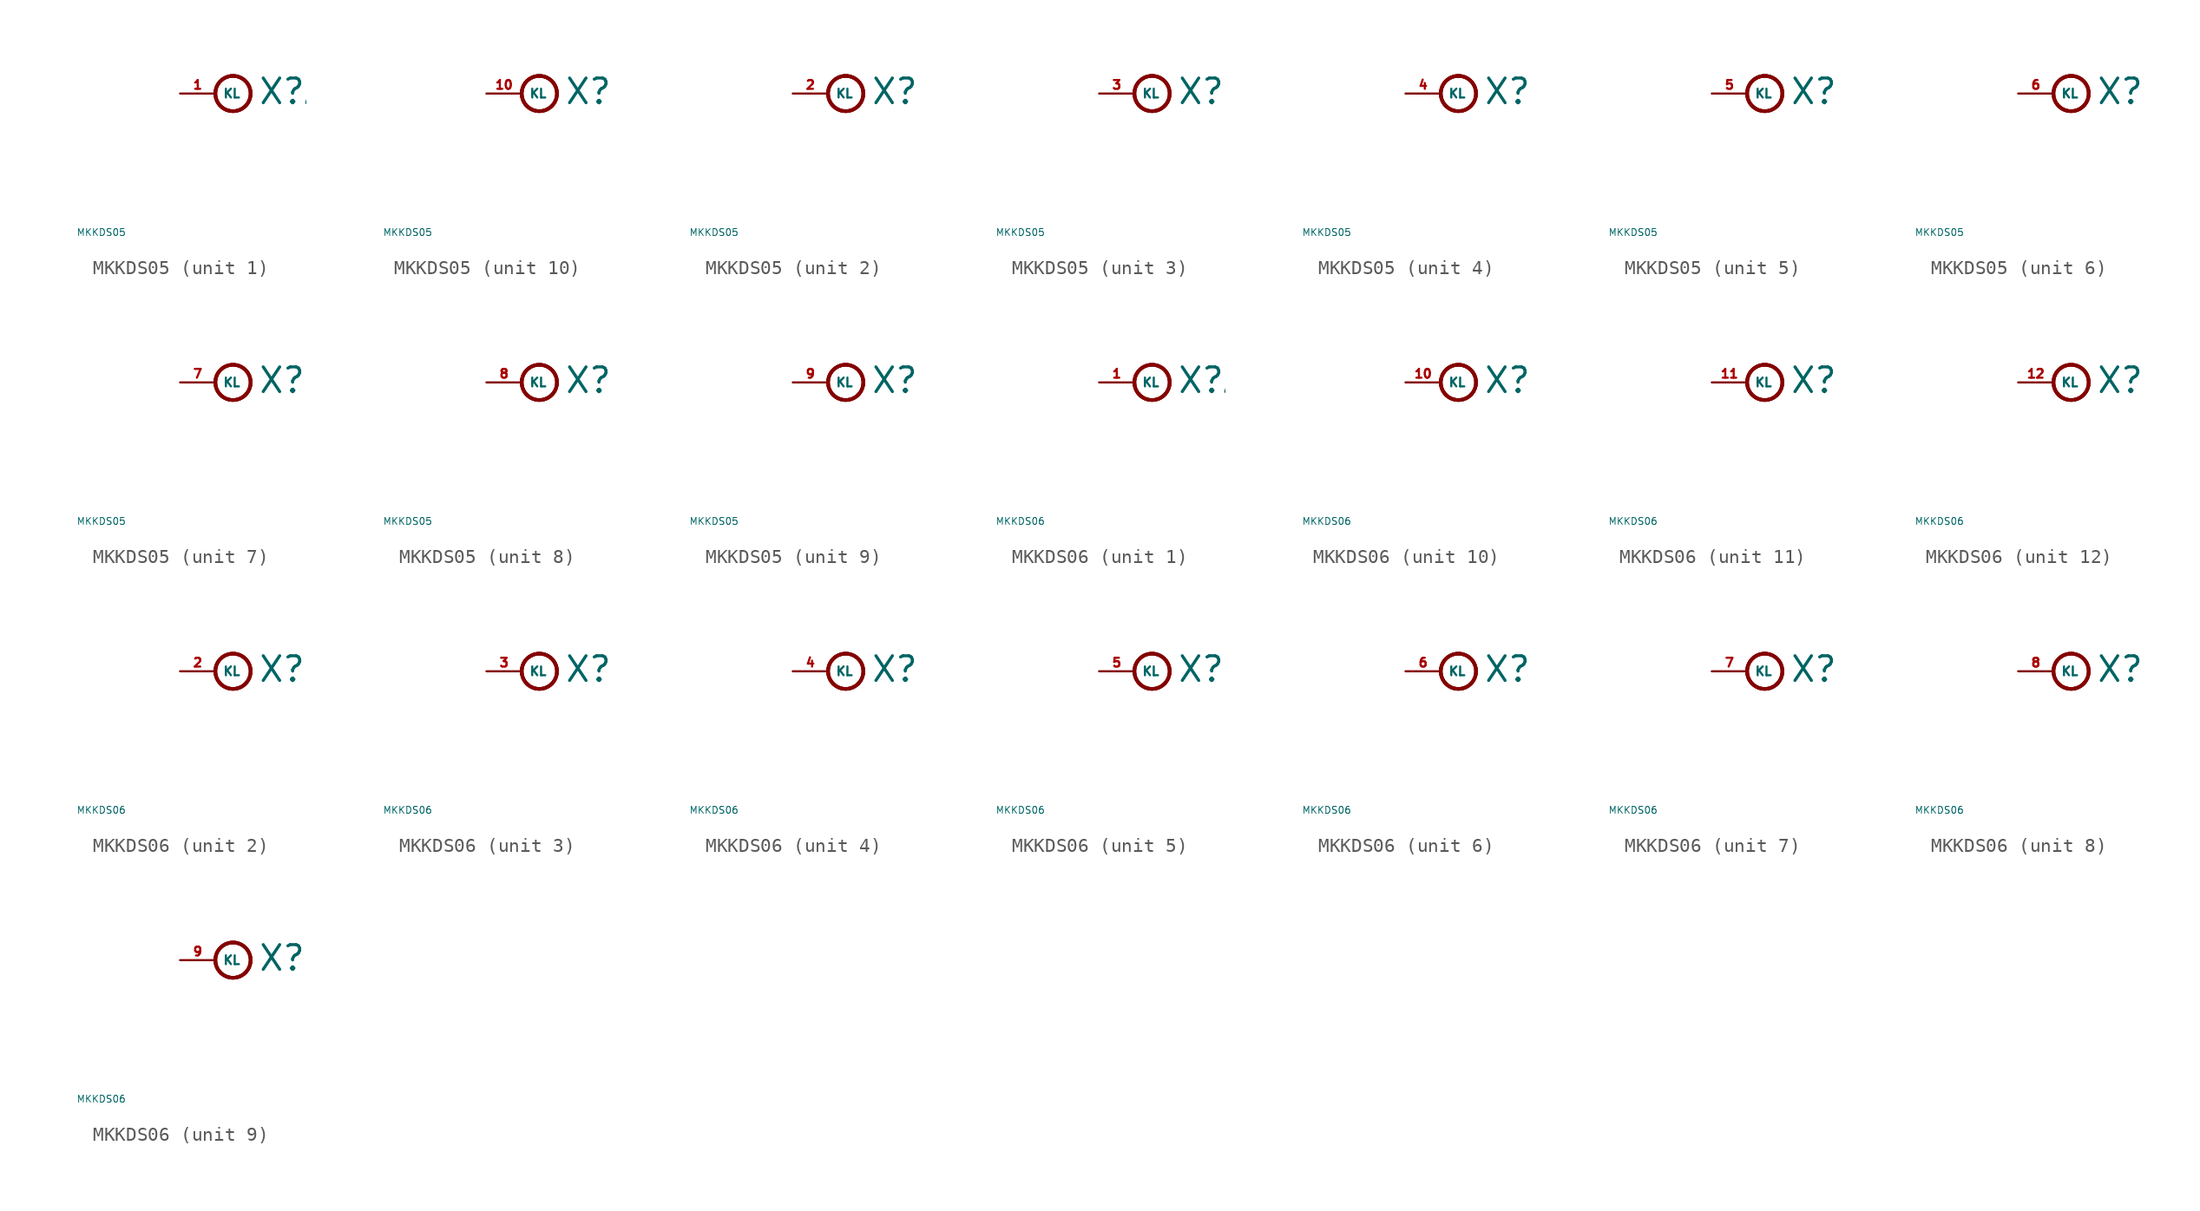
<source format=kicad_sym>
(kicad_symbol_lib
  (version 20220914)
  (generator Eagle2Kicad)
  (symbol "MKKDS05"
    (property "Reference" "X"
      (at 3.048 -0.889 0)
      (effects (font (size 1.778 1.778) (thickness 0.22)) (justify left bottom)))
    (property "Value" "MKKDS05"
      (at -10 -10 0)
      (effects (font (size 0.5 0.5) (thickness 0.06)) (justify left)))
    (symbol "MKKDS05_1_0"
      (circle (center 1.27 0) (radius 1.27) (stroke (width 0.254) (type default)) (fill (type none)))
      (circle (center 1.27 0) (radius 1.27) (stroke (width 0.254) (type default)) (fill (type none)))
      (circle (center 1.27 0) (radius 1.27) (stroke (width 0.254) (type default)) (fill (type none)))
      (pin passive line (at -2.54 0 0) (length 2.54) (name "KL" (effects (font (size 0.635 0.635) (thickness 0.08)) (justify left bottom))) (number "1" (effects (font (size 0.635 0.635) (thickness 0.08)) (justify left bottom)))))
    (symbol "MKKDS05_2_0"
      (circle (center 1.27 0) (radius 1.27) (stroke (width 0.254) (type default)) (fill (type none)))
      (circle (center 1.27 0) (radius 1.27) (stroke (width 0.254) (type default)) (fill (type none)))
      (circle (center 1.27 0) (radius 1.27) (stroke (width 0.254) (type default)) (fill (type none)))
      (pin passive line (at -2.54 0 0) (length 2.54) (name "KL" (effects (font (size 0.635 0.635) (thickness 0.08)) (justify left bottom))) (number "2" (effects (font (size 0.635 0.635) (thickness 0.08)) (justify left bottom)))))
    (symbol "MKKDS05_3_0"
      (circle (center 1.27 0) (radius 1.27) (stroke (width 0.254) (type default)) (fill (type none)))
      (circle (center 1.27 0) (radius 1.27) (stroke (width 0.254) (type default)) (fill (type none)))
      (circle (center 1.27 0) (radius 1.27) (stroke (width 0.254) (type default)) (fill (type none)))
      (pin passive line (at -2.54 0 0) (length 2.54) (name "KL" (effects (font (size 0.635 0.635) (thickness 0.08)) (justify left bottom))) (number "3" (effects (font (size 0.635 0.635) (thickness 0.08)) (justify left bottom)))))
    (symbol "MKKDS05_4_0"
      (circle (center 1.27 0) (radius 1.27) (stroke (width 0.254) (type default)) (fill (type none)))
      (circle (center 1.27 0) (radius 1.27) (stroke (width 0.254) (type default)) (fill (type none)))
      (circle (center 1.27 0) (radius 1.27) (stroke (width 0.254) (type default)) (fill (type none)))
      (pin passive line (at -2.54 0 0) (length 2.54) (name "KL" (effects (font (size 0.635 0.635) (thickness 0.08)) (justify left bottom))) (number "4" (effects (font (size 0.635 0.635) (thickness 0.08)) (justify left bottom)))))
    (symbol "MKKDS05_5_0"
      (circle (center 1.27 0) (radius 1.27) (stroke (width 0.254) (type default)) (fill (type none)))
      (circle (center 1.27 0) (radius 1.27) (stroke (width 0.254) (type default)) (fill (type none)))
      (circle (center 1.27 0) (radius 1.27) (stroke (width 0.254) (type default)) (fill (type none)))
      (pin passive line (at -2.54 0 0) (length 2.54) (name "KL" (effects (font (size 0.635 0.635) (thickness 0.08)) (justify left bottom))) (number "5" (effects (font (size 0.635 0.635) (thickness 0.08)) (justify left bottom)))))
    (symbol "MKKDS05_6_0"
      (circle (center 1.27 0) (radius 1.27) (stroke (width 0.254) (type default)) (fill (type none)))
      (circle (center 1.27 0) (radius 1.27) (stroke (width 0.254) (type default)) (fill (type none)))
      (circle (center 1.27 0) (radius 1.27) (stroke (width 0.254) (type default)) (fill (type none)))
      (pin passive line (at -2.54 0 0) (length 2.54) (name "KL" (effects (font (size 0.635 0.635) (thickness 0.08)) (justify left bottom))) (number "6" (effects (font (size 0.635 0.635) (thickness 0.08)) (justify left bottom)))))
    (symbol "MKKDS05_7_0"
      (circle (center 1.27 0) (radius 1.27) (stroke (width 0.254) (type default)) (fill (type none)))
      (circle (center 1.27 0) (radius 1.27) (stroke (width 0.254) (type default)) (fill (type none)))
      (circle (center 1.27 0) (radius 1.27) (stroke (width 0.254) (type default)) (fill (type none)))
      (pin passive line (at -2.54 0 0) (length 2.54) (name "KL" (effects (font (size 0.635 0.635) (thickness 0.08)) (justify left bottom))) (number "7" (effects (font (size 0.635 0.635) (thickness 0.08)) (justify left bottom)))))
    (symbol "MKKDS05_8_0"
      (circle (center 1.27 0) (radius 1.27) (stroke (width 0.254) (type default)) (fill (type none)))
      (circle (center 1.27 0) (radius 1.27) (stroke (width 0.254) (type default)) (fill (type none)))
      (circle (center 1.27 0) (radius 1.27) (stroke (width 0.254) (type default)) (fill (type none)))
      (pin passive line (at -2.54 0 0) (length 2.54) (name "KL" (effects (font (size 0.635 0.635) (thickness 0.08)) (justify left bottom))) (number "8" (effects (font (size 0.635 0.635) (thickness 0.08)) (justify left bottom)))))
    (symbol "MKKDS05_9_0"
      (circle (center 1.27 0) (radius 1.27) (stroke (width 0.254) (type default)) (fill (type none)))
      (circle (center 1.27 0) (radius 1.27) (stroke (width 0.254) (type default)) (fill (type none)))
      (circle (center 1.27 0) (radius 1.27) (stroke (width 0.254) (type default)) (fill (type none)))
      (pin passive line (at -2.54 0 0) (length 2.54) (name "KL" (effects (font (size 0.635 0.635) (thickness 0.08)) (justify left bottom))) (number "9" (effects (font (size 0.635 0.635) (thickness 0.08)) (justify left bottom)))))
    (symbol "MKKDS05_10_0"
      (circle (center 1.27 0) (radius 1.27) (stroke (width 0.254) (type default)) (fill (type none)))
      (circle (center 1.27 0) (radius 1.27) (stroke (width 0.254) (type default)) (fill (type none)))
      (circle (center 1.27 0) (radius 1.27) (stroke (width 0.254) (type default)) (fill (type none)))
      (pin passive line (at -2.54 0 0) (length 2.54) (name "KL" (effects (font (size 0.635 0.635) (thickness 0.08)) (justify left bottom))) (number "10" (effects (font (size 0.635 0.635) (thickness 0.08)) (justify left bottom))))))
  (symbol "MKKDS06"
    (property "Reference" "X"
      (at 3.048 -0.889 0)
      (effects (font (size 1.778 1.778) (thickness 0.22)) (justify left bottom)))
    (property "Value" "MKKDS06"
      (at -10 -10 0)
      (effects (font (size 0.5 0.5) (thickness 0.06)) (justify left)))
    (symbol "MKKDS06_1_0"
      (circle (center 1.27 0) (radius 1.27) (stroke (width 0.254) (type default)) (fill (type none)))
      (circle (center 1.27 0) (radius 1.27) (stroke (width 0.254) (type default)) (fill (type none)))
      (circle (center 1.27 0) (radius 1.27) (stroke (width 0.254) (type default)) (fill (type none)))
      (pin passive line (at -2.54 0 0) (length 2.54) (name "KL" (effects (font (size 0.635 0.635) (thickness 0.08)) (justify left bottom))) (number "1" (effects (font (size 0.635 0.635) (thickness 0.08)) (justify left bottom)))))
    (symbol "MKKDS06_2_0"
      (circle (center 1.27 0) (radius 1.27) (stroke (width 0.254) (type default)) (fill (type none)))
      (circle (center 1.27 0) (radius 1.27) (stroke (width 0.254) (type default)) (fill (type none)))
      (circle (center 1.27 0) (radius 1.27) (stroke (width 0.254) (type default)) (fill (type none)))
      (pin passive line (at -2.54 0 0) (length 2.54) (name "KL" (effects (font (size 0.635 0.635) (thickness 0.08)) (justify left bottom))) (number "2" (effects (font (size 0.635 0.635) (thickness 0.08)) (justify left bottom)))))
    (symbol "MKKDS06_3_0"
      (circle (center 1.27 0) (radius 1.27) (stroke (width 0.254) (type default)) (fill (type none)))
      (circle (center 1.27 0) (radius 1.27) (stroke (width 0.254) (type default)) (fill (type none)))
      (circle (center 1.27 0) (radius 1.27) (stroke (width 0.254) (type default)) (fill (type none)))
      (pin passive line (at -2.54 0 0) (length 2.54) (name "KL" (effects (font (size 0.635 0.635) (thickness 0.08)) (justify left bottom))) (number "3" (effects (font (size 0.635 0.635) (thickness 0.08)) (justify left bottom)))))
    (symbol "MKKDS06_4_0"
      (circle (center 1.27 0) (radius 1.27) (stroke (width 0.254) (type default)) (fill (type none)))
      (circle (center 1.27 0) (radius 1.27) (stroke (width 0.254) (type default)) (fill (type none)))
      (circle (center 1.27 0) (radius 1.27) (stroke (width 0.254) (type default)) (fill (type none)))
      (pin passive line (at -2.54 0 0) (length 2.54) (name "KL" (effects (font (size 0.635 0.635) (thickness 0.08)) (justify left bottom))) (number "4" (effects (font (size 0.635 0.635) (thickness 0.08)) (justify left bottom)))))
    (symbol "MKKDS06_5_0"
      (circle (center 1.27 0) (radius 1.27) (stroke (width 0.254) (type default)) (fill (type none)))
      (circle (center 1.27 0) (radius 1.27) (stroke (width 0.254) (type default)) (fill (type none)))
      (circle (center 1.27 0) (radius 1.27) (stroke (width 0.254) (type default)) (fill (type none)))
      (pin passive line (at -2.54 0 0) (length 2.54) (name "KL" (effects (font (size 0.635 0.635) (thickness 0.08)) (justify left bottom))) (number "5" (effects (font (size 0.635 0.635) (thickness 0.08)) (justify left bottom)))))
    (symbol "MKKDS06_6_0"
      (circle (center 1.27 0) (radius 1.27) (stroke (width 0.254) (type default)) (fill (type none)))
      (circle (center 1.27 0) (radius 1.27) (stroke (width 0.254) (type default)) (fill (type none)))
      (circle (center 1.27 0) (radius 1.27) (stroke (width 0.254) (type default)) (fill (type none)))
      (pin passive line (at -2.54 0 0) (length 2.54) (name "KL" (effects (font (size 0.635 0.635) (thickness 0.08)) (justify left bottom))) (number "6" (effects (font (size 0.635 0.635) (thickness 0.08)) (justify left bottom)))))
    (symbol "MKKDS06_7_0"
      (circle (center 1.27 0) (radius 1.27) (stroke (width 0.254) (type default)) (fill (type none)))
      (circle (center 1.27 0) (radius 1.27) (stroke (width 0.254) (type default)) (fill (type none)))
      (circle (center 1.27 0) (radius 1.27) (stroke (width 0.254) (type default)) (fill (type none)))
      (pin passive line (at -2.54 0 0) (length 2.54) (name "KL" (effects (font (size 0.635 0.635) (thickness 0.08)) (justify left bottom))) (number "7" (effects (font (size 0.635 0.635) (thickness 0.08)) (justify left bottom)))))
    (symbol "MKKDS06_8_0"
      (circle (center 1.27 0) (radius 1.27) (stroke (width 0.254) (type default)) (fill (type none)))
      (circle (center 1.27 0) (radius 1.27) (stroke (width 0.254) (type default)) (fill (type none)))
      (circle (center 1.27 0) (radius 1.27) (stroke (width 0.254) (type default)) (fill (type none)))
      (pin passive line (at -2.54 0 0) (length 2.54) (name "KL" (effects (font (size 0.635 0.635) (thickness 0.08)) (justify left bottom))) (number "8" (effects (font (size 0.635 0.635) (thickness 0.08)) (justify left bottom)))))
    (symbol "MKKDS06_9_0"
      (circle (center 1.27 0) (radius 1.27) (stroke (width 0.254) (type default)) (fill (type none)))
      (circle (center 1.27 0) (radius 1.27) (stroke (width 0.254) (type default)) (fill (type none)))
      (circle (center 1.27 0) (radius 1.27) (stroke (width 0.254) (type default)) (fill (type none)))
      (pin passive line (at -2.54 0 0) (length 2.54) (name "KL" (effects (font (size 0.635 0.635) (thickness 0.08)) (justify left bottom))) (number "9" (effects (font (size 0.635 0.635) (thickness 0.08)) (justify left bottom)))))
    (symbol "MKKDS06_10_0"
      (circle (center 1.27 0) (radius 1.27) (stroke (width 0.254) (type default)) (fill (type none)))
      (circle (center 1.27 0) (radius 1.27) (stroke (width 0.254) (type default)) (fill (type none)))
      (circle (center 1.27 0) (radius 1.27) (stroke (width 0.254) (type default)) (fill (type none)))
      (pin passive line (at -2.54 0 0) (length 2.54) (name "KL" (effects (font (size 0.635 0.635) (thickness 0.08)) (justify left bottom))) (number "10" (effects (font (size 0.635 0.635) (thickness 0.08)) (justify left bottom)))))
    (symbol "MKKDS06_11_0"
      (circle (center 1.27 0) (radius 1.27) (stroke (width 0.254) (type default)) (fill (type none)))
      (circle (center 1.27 0) (radius 1.27) (stroke (width 0.254) (type default)) (fill (type none)))
      (circle (center 1.27 0) (radius 1.27) (stroke (width 0.254) (type default)) (fill (type none)))
      (pin passive line (at -2.54 0 0) (length 2.54) (name "KL" (effects (font (size 0.635 0.635) (thickness 0.08)) (justify left bottom))) (number "11" (effects (font (size 0.635 0.635) (thickness 0.08)) (justify left bottom)))))
    (symbol "MKKDS06_12_0"
      (circle (center 1.27 0) (radius 1.27) (stroke (width 0.254) (type default)) (fill (type none)))
      (circle (center 1.27 0) (radius 1.27) (stroke (width 0.254) (type default)) (fill (type none)))
      (circle (center 1.27 0) (radius 1.27) (stroke (width 0.254) (type default)) (fill (type none)))
      (pin passive line (at -2.54 0 0) (length 2.54) (name "KL" (effects (font (size 0.635 0.635) (thickness 0.08)) (justify left bottom))) (number "12" (effects (font (size 0.635 0.635) (thickness 0.08)) (justify left bottom)))))))
</source>
